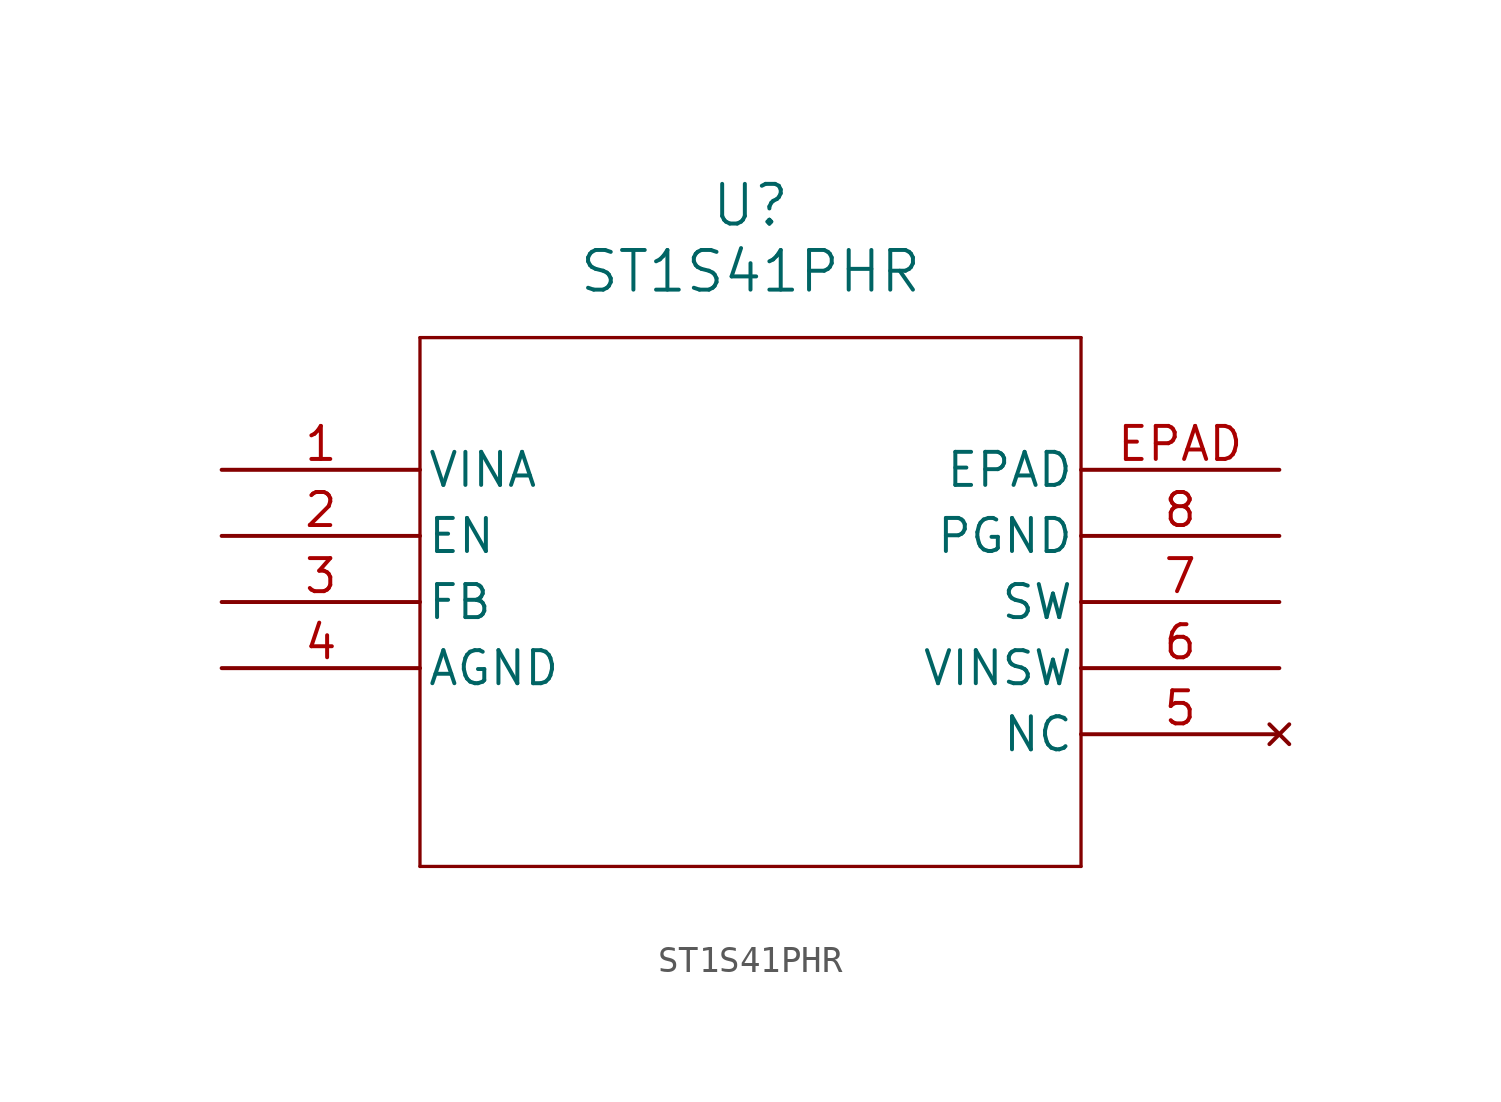
<source format=kicad_sym>
(kicad_symbol_lib
  (version 20211014)
  (generator kicad_symbol_editor)
  (symbol "ST1S41PHR"
    (pin_names
      (offset 0.254))
    (property "Reference" "U"
      (at 20.32 10.16 0)
      (effects (font (size 1.524 1.524))))
    (property "Value" "ST1S41PHR"
      (at 20.32 7.62 0)
      (effects (font (size 1.524 1.524))))
    (symbol "ST1S41PHR_0_1"
      (polyline (pts (xy 7.62 5.08) (xy 7.62 -15.24)) (stroke (width 0.127) (type default) (color 0 0 0 0)) (fill (type none)))
      (polyline (pts (xy 7.62 -15.24) (xy 33.02 -15.24)) (stroke (width 0.127) (type default) (color 0 0 0 0)) (fill (type none)))
      (polyline (pts (xy 33.02 -15.24) (xy 33.02 5.08)) (stroke (width 0.127) (type default) (color 0 0 0 0)) (fill (type none)))
      (polyline (pts (xy 33.02 5.08) (xy 7.62 5.08)) (stroke (width 0.127) (type default) (color 0 0 0 0)) (fill (type none)))
      (pin power_in line (at 0 0 0) (length 7.62) (name "VINA" (effects (font (size 1.27 1.27)))) (number "1" (effects (font (size 1.27 1.27)))))
      (pin input line (at 0 -2.54 0) (length 7.62) (name "EN" (effects (font (size 1.27 1.27)))) (number "2" (effects (font (size 1.27 1.27)))))
      (pin input line (at 0 -5.08 0) (length 7.62) (name "FB" (effects (font (size 1.27 1.27)))) (number "3" (effects (font (size 1.27 1.27)))))
      (pin power_out line (at 0 -7.62 0) (length 7.62) (name "AGND" (effects (font (size 1.27 1.27)))) (number "4" (effects (font (size 1.27 1.27)))))
      (pin no_connect line (at 40.64 -10.16 180) (length 7.62) (name "NC" (effects (font (size 1.27 1.27)))) (number "5" (effects (font (size 1.27 1.27)))))
      (pin power_in line (at 40.64 -7.62 180) (length 7.62) (name "VINSW" (effects (font (size 1.27 1.27)))) (number "6" (effects (font (size 1.27 1.27)))))
      (pin power_in line (at 40.64 -5.08 180) (length 7.62) (name "SW" (effects (font (size 1.27 1.27)))) (number "7" (effects (font (size 1.27 1.27)))))
      (pin power_out line (at 40.64 -2.54 180) (length 7.62) (name "PGND" (effects (font (size 1.27 1.27)))) (number "8" (effects (font (size 1.27 1.27)))))
      (pin power_out line (at 40.64 0 180) (length 7.62) (name "EPAD" (effects (font (size 1.27 1.27)))) (number "EPAD" (effects (font (size 1.27 1.27))))))))
</source>
